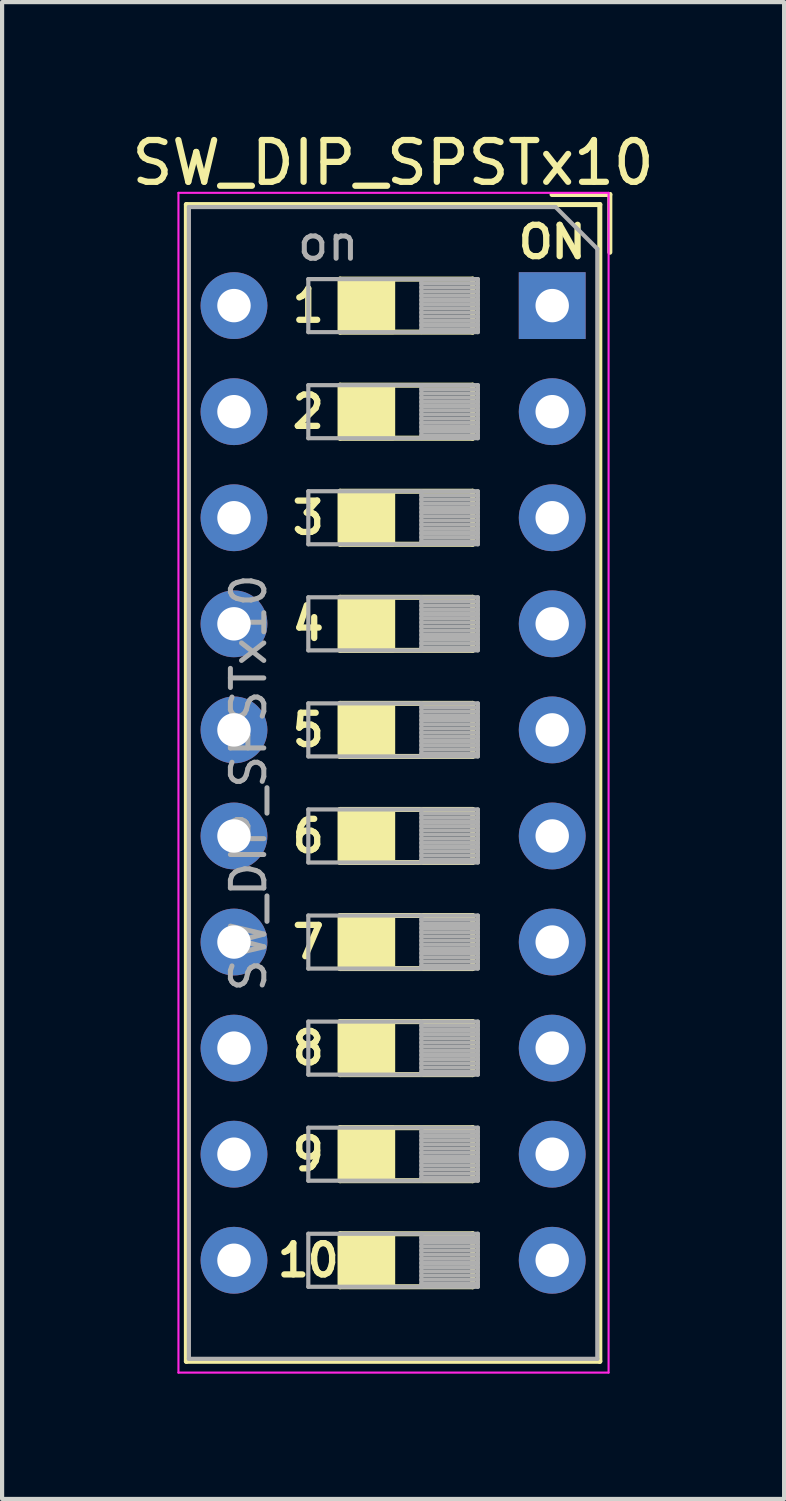
<source format=kicad_pcb>
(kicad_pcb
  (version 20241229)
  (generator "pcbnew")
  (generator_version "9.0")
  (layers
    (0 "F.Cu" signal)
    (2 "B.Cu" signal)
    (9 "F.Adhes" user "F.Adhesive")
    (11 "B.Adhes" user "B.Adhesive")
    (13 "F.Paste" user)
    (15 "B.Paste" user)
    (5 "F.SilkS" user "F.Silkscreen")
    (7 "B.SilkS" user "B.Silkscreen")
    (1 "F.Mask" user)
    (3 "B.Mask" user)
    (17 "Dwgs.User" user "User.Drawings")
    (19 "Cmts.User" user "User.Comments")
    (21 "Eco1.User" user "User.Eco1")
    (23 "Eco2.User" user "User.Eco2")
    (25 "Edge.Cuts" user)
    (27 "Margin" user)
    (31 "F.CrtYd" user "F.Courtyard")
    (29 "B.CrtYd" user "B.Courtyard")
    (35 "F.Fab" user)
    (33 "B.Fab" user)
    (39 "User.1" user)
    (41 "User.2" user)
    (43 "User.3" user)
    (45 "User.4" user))
  (footprint "SW_DIP_SPSTx10"
    (layer "F.Cu")
    (at 10.173 4.268)
    (property "Reference" "SW_DIP_SPSTx10" (at -3.81 -3.42 0) (layer "F.SilkS") (effects (font (size 1 1) (thickness 0.15))))
    (attr through_hole)
    (fp_line (start -8.76 -2.42) (end -8.76 25.28) (stroke (width 0.12) (type solid)) (layer "F.SilkS"))
    (fp_line (start -5.08 -0.635) (end -1.905 -0.635) (stroke (width 0.12) (type solid)) (layer "F.SilkS"))
    (fp_line (start -5.08 0.635) (end -5.08 -0.635) (stroke (width 0.12) (type solid)) (layer "F.SilkS"))
    (fp_line (start -5.08 1.905) (end -1.905 1.905) (stroke (width 0.12) (type solid)) (layer "F.SilkS"))
    (fp_line (start -5.08 3.175) (end -5.08 1.905) (stroke (width 0.12) (type solid)) (layer "F.SilkS"))
    (fp_line (start -5.08 4.445) (end -1.905 4.445) (stroke (width 0.12) (type solid)) (layer "F.SilkS"))
    (fp_line (start -5.08 5.715) (end -5.08 4.445) (stroke (width 0.12) (type solid)) (layer "F.SilkS"))
    (fp_line (start -5.08 6.985) (end -1.905 6.985) (stroke (width 0.12) (type solid)) (layer "F.SilkS"))
    (fp_line (start -5.08 8.255) (end -5.08 6.985) (stroke (width 0.12) (type solid)) (layer "F.SilkS"))
    (fp_line (start -5.08 9.525) (end -1.905 9.525) (stroke (width 0.12) (type solid)) (layer "F.SilkS"))
    (fp_line (start -5.08 10.795) (end -5.08 9.525) (stroke (width 0.12) (type solid)) (layer "F.SilkS"))
    (fp_line (start -5.08 12.065) (end -1.905 12.065) (stroke (width 0.12) (type solid)) (layer "F.SilkS"))
    (fp_line (start -5.08 13.335) (end -5.08 12.065) (stroke (width 0.12) (type solid)) (layer "F.SilkS"))
    (fp_line (start -5.08 14.605) (end -1.905 14.605) (stroke (width 0.12) (type solid)) (layer "F.SilkS"))
    (fp_line (start -5.08 15.875) (end -5.08 14.605) (stroke (width 0.12) (type solid)) (layer "F.SilkS"))
    (fp_line (start -5.08 17.145) (end -1.905 17.145) (stroke (width 0.12) (type solid)) (layer "F.SilkS"))
    (fp_line (start -5.08 18.415) (end -5.08 17.145) (stroke (width 0.12) (type solid)) (layer "F.SilkS"))
    (fp_line (start -5.08 19.685) (end -1.905 19.685) (stroke (width 0.12) (type solid)) (layer "F.SilkS"))
    (fp_line (start -5.08 20.955) (end -5.08 19.685) (stroke (width 0.12) (type solid)) (layer "F.SilkS"))
    (fp_line (start -5.08 22.225) (end -1.905 22.225) (stroke (width 0.12) (type solid)) (layer "F.SilkS"))
    (fp_line (start -5.08 23.495) (end -5.08 22.225) (stroke (width 0.12) (type solid)) (layer "F.SilkS"))
    (fp_line (start -1.905 -0.635) (end -1.905 0.635) (stroke (width 0.12) (type solid)) (layer "F.SilkS"))
    (fp_line (start -1.905 0.635) (end -5.08 0.635) (stroke (width 0.12) (type solid)) (layer "F.SilkS"))
    (fp_line (start -1.905 1.905) (end -1.905 3.175) (stroke (width 0.12) (type solid)) (layer "F.SilkS"))
    (fp_line (start -1.905 3.175) (end -5.08 3.175) (stroke (width 0.12) (type solid)) (layer "F.SilkS"))
    (fp_line (start -1.905 4.445) (end -1.905 5.715) (stroke (width 0.12) (type solid)) (layer "F.SilkS"))
    (fp_line (start -1.905 5.715) (end -5.08 5.715) (stroke (width 0.12) (type solid)) (layer "F.SilkS"))
    (fp_line (start -1.905 6.985) (end -1.905 8.255) (stroke (width 0.12) (type solid)) (layer "F.SilkS"))
    (fp_line (start -1.905 8.255) (end -5.08 8.255) (stroke (width 0.12) (type solid)) (layer "F.SilkS"))
    (fp_line (start -1.905 9.525) (end -1.905 10.795) (stroke (width 0.12) (type solid)) (layer "F.SilkS"))
    (fp_line (start -1.905 10.795) (end -5.08 10.795) (stroke (width 0.12) (type solid)) (layer "F.SilkS"))
    (fp_line (start -1.905 12.065) (end -1.905 13.335) (stroke (width 0.12) (type solid)) (layer "F.SilkS"))
    (fp_line (start -1.905 13.335) (end -5.08 13.335) (stroke (width 0.12) (type solid)) (layer "F.SilkS"))
    (fp_line (start -1.905 14.605) (end -1.905 15.875) (stroke (width 0.12) (type solid)) (layer "F.SilkS"))
    (fp_line (start -1.905 15.875) (end -5.08 15.875) (stroke (width 0.12) (type solid)) (layer "F.SilkS"))
    (fp_line (start -1.905 17.145) (end -1.905 18.415) (stroke (width 0.12) (type solid)) (layer "F.SilkS"))
    (fp_line (start -1.905 18.415) (end -5.08 18.415) (stroke (width 0.12) (type solid)) (layer "F.SilkS"))
    (fp_line (start -1.905 19.685) (end -1.905 20.955) (stroke (width 0.12) (type solid)) (layer "F.SilkS"))
    (fp_line (start -1.905 20.955) (end -5.08 20.955) (stroke (width 0.12) (type solid)) (layer "F.SilkS"))
    (fp_line (start -1.905 22.225) (end -1.905 23.495) (stroke (width 0.12) (type solid)) (layer "F.SilkS"))
    (fp_line (start -1.905 23.495) (end -5.08 23.495) (stroke (width 0.12) (type solid)) (layer "F.SilkS"))
    (fp_line (start 1.14 -2.42) (end -8.76 -2.42) (stroke (width 0.12) (type solid)) (layer "F.SilkS"))
    (fp_line (start 1.14 -2.42) (end 1.14 25.28) (stroke (width 0.12) (type solid)) (layer "F.SilkS"))
    (fp_line (start 1.14 25.28) (end -8.76 25.28) (stroke (width 0.12) (type solid)) (layer "F.SilkS"))
    (fp_line (start 1.38 -2.66) (end -0.004 -2.66) (stroke (width 0.12) (type solid)) (layer "F.SilkS"))
    (fp_line (start 1.38 -2.66) (end 1.38 -1.277) (stroke (width 0.12) (type solid)) (layer "F.SilkS"))
    (fp_poly (pts (xy -3.81 0.635) (xy -5.08 0.635) (xy -5.08 -0.635) (xy -3.81 -0.635)) (stroke (width 0.1) (type solid)) (fill yes) (layer "F.SilkS"))
    (fp_poly (pts (xy -3.81 3.175) (xy -5.08 3.175) (xy -5.08 1.905) (xy -3.81 1.905)) (stroke (width 0.1) (type solid)) (fill yes) (layer "F.SilkS"))
    (fp_poly (pts (xy -3.81 5.715) (xy -5.08 5.715) (xy -5.08 4.445) (xy -3.81 4.445)) (stroke (width 0.1) (type solid)) (fill yes) (layer "F.SilkS"))
    (fp_poly (pts (xy -3.81 8.255) (xy -5.08 8.255) (xy -5.08 6.985) (xy -3.81 6.985)) (stroke (width 0.1) (type solid)) (fill yes) (layer "F.SilkS"))
    (fp_poly (pts (xy -3.81 10.795) (xy -5.08 10.795) (xy -5.08 9.525) (xy -3.81 9.525)) (stroke (width 0.1) (type solid)) (fill yes) (layer "F.SilkS"))
    (fp_poly (pts (xy -3.81 13.335) (xy -5.08 13.335) (xy -5.08 12.065) (xy -3.81 12.065)) (stroke (width 0.1) (type solid)) (fill yes) (layer "F.SilkS"))
    (fp_poly (pts (xy -3.81 15.875) (xy -5.08 15.875) (xy -5.08 14.605) (xy -3.81 14.605)) (stroke (width 0.1) (type solid)) (fill yes) (layer "F.SilkS"))
    (fp_poly (pts (xy -3.81 18.415) (xy -5.08 18.415) (xy -5.08 17.145) (xy -3.81 17.145)) (stroke (width 0.1) (type solid)) (fill yes) (layer "F.SilkS"))
    (fp_poly (pts (xy -3.81 20.955) (xy -5.08 20.955) (xy -5.08 19.685) (xy -3.81 19.685)) (stroke (width 0.1) (type solid)) (fill yes) (layer "F.SilkS"))
    (fp_poly (pts (xy -3.81 23.495) (xy -5.08 23.495) (xy -5.08 22.225) (xy -3.81 22.225)) (stroke (width 0.1) (type solid)) (fill yes) (layer "F.SilkS"))
    (fp_line (start -8.95 -2.7) (end 1.35 -2.7) (stroke (width 0.05) (type solid)) (layer "F.CrtYd"))
    (fp_line (start -8.95 25.55) (end -8.95 -2.7) (stroke (width 0.05) (type solid)) (layer "F.CrtYd"))
    (fp_line (start 1.35 -2.7) (end 1.35 25.55) (stroke (width 0.05) (type solid)) (layer "F.CrtYd"))
    (fp_line (start 1.35 25.55) (end -8.95 25.55) (stroke (width 0.05) (type solid)) (layer "F.CrtYd"))
    (fp_line (start -8.7 -2.36) (end -8.7 25.22) (stroke (width 0.1) (type solid)) (layer "F.Fab"))
    (fp_line (start -8.7 25.22) (end 1.08 25.22) (stroke (width 0.1) (type solid)) (layer "F.Fab"))
    (fp_line (start -5.84 -0.635) (end -1.78 -0.635) (stroke (width 0.1) (type solid)) (layer "F.Fab"))
    (fp_line (start -5.84 0.635) (end -5.84 -0.635) (stroke (width 0.1) (type solid)) (layer "F.Fab"))
    (fp_line (start -5.84 1.905) (end -1.78 1.905) (stroke (width 0.1) (type solid)) (layer "F.Fab"))
    (fp_line (start -5.84 3.175) (end -5.84 1.905) (stroke (width 0.1) (type solid)) (layer "F.Fab"))
    (fp_line (start -5.84 4.445) (end -1.78 4.445) (stroke (width 0.1) (type solid)) (layer "F.Fab"))
    (fp_line (start -5.84 5.715) (end -5.84 4.445) (stroke (width 0.1) (type solid)) (layer "F.Fab"))
    (fp_line (start -5.84 6.985) (end -1.78 6.985) (stroke (width 0.1) (type solid)) (layer "F.Fab"))
    (fp_line (start -5.84 8.255) (end -5.84 6.985) (stroke (width 0.1) (type solid)) (layer "F.Fab"))
    (fp_line (start -5.84 9.525) (end -1.78 9.525) (stroke (width 0.1) (type solid)) (layer "F.Fab"))
    (fp_line (start -5.84 10.795) (end -5.84 9.525) (stroke (width 0.1) (type solid)) (layer "F.Fab"))
    (fp_line (start -5.84 12.065) (end -1.78 12.065) (stroke (width 0.1) (type solid)) (layer "F.Fab"))
    (fp_line (start -5.84 13.335) (end -5.84 12.065) (stroke (width 0.1) (type solid)) (layer "F.Fab"))
    (fp_line (start -5.84 14.605) (end -1.78 14.605) (stroke (width 0.1) (type solid)) (layer "F.Fab"))
    (fp_line (start -5.84 15.875) (end -5.84 14.605) (stroke (width 0.1) (type solid)) (layer "F.Fab"))
    (fp_line (start -5.84 17.145) (end -1.78 17.145) (stroke (width 0.1) (type solid)) (layer "F.Fab"))
    (fp_line (start -5.84 18.415) (end -5.84 17.145) (stroke (width 0.1) (type solid)) (layer "F.Fab"))
    (fp_line (start -5.84 19.685) (end -1.78 19.685) (stroke (width 0.1) (type solid)) (layer "F.Fab"))
    (fp_line (start -5.84 20.955) (end -5.84 19.685) (stroke (width 0.1) (type solid)) (layer "F.Fab"))
    (fp_line (start -5.84 22.225) (end -1.78 22.225) (stroke (width 0.1) (type solid)) (layer "F.Fab"))
    (fp_line (start -5.84 23.495) (end -5.84 22.225) (stroke (width 0.1) (type solid)) (layer "F.Fab"))
    (fp_line (start -3.133 -0.635) (end -3.133 0.635) (stroke (width 0.1) (type solid)) (layer "F.Fab"))
    (fp_line (start -3.133 1.905) (end -3.133 3.175) (stroke (width 0.1) (type solid)) (layer "F.Fab"))
    (fp_line (start -3.133 4.445) (end -3.133 5.715) (stroke (width 0.1) (type solid)) (layer "F.Fab"))
    (fp_line (start -3.133 6.985) (end -3.133 8.255) (stroke (width 0.1) (type solid)) (layer "F.Fab"))
    (fp_line (start -3.133 9.525) (end -3.133 10.795) (stroke (width 0.1) (type solid)) (layer "F.Fab"))
    (fp_line (start -3.133 12.065) (end -3.133 13.335) (stroke (width 0.1) (type solid)) (layer "F.Fab"))
    (fp_line (start -3.133 14.605) (end -3.133 15.875) (stroke (width 0.1) (type solid)) (layer "F.Fab"))
    (fp_line (start -3.133 17.145) (end -3.133 18.415) (stroke (width 0.1) (type solid)) (layer "F.Fab"))
    (fp_line (start -3.133 19.685) (end -3.133 20.955) (stroke (width 0.1) (type solid)) (layer "F.Fab"))
    (fp_line (start -3.133 22.225) (end -3.133 23.495) (stroke (width 0.1) (type solid)) (layer "F.Fab"))
    (fp_line (start -1.78 -0.635) (end -1.78 0.635) (stroke (width 0.1) (type solid)) (layer "F.Fab"))
    (fp_line (start -1.78 -0.535) (end -3.133 -0.535) (stroke (width 0.1) (type solid)) (layer "F.Fab"))
    (fp_line (start -1.78 -0.435) (end -3.133 -0.435) (stroke (width 0.1) (type solid)) (layer "F.Fab"))
    (fp_line (start -1.78 -0.335) (end -3.133 -0.335) (stroke (width 0.1) (type solid)) (layer "F.Fab"))
    (fp_line (start -1.78 -0.235) (end -3.133 -0.235) (stroke (width 0.1) (type solid)) (layer "F.Fab"))
    (fp_line (start -1.78 -0.135) (end -3.133 -0.135) (stroke (width 0.1) (type solid)) (layer "F.Fab"))
    (fp_line (start -1.78 -0.035) (end -3.133 -0.035) (stroke (width 0.1) (type solid)) (layer "F.Fab"))
    (fp_line (start -1.78 0.065) (end -3.133 0.065) (stroke (width 0.1) (type solid)) (layer "F.Fab"))
    (fp_line (start -1.78 0.165) (end -3.133 0.165) (stroke (width 0.1) (type solid)) (layer "F.Fab"))
    (fp_line (start -1.78 0.265) (end -3.133 0.265) (stroke (width 0.1) (type solid)) (layer "F.Fab"))
    (fp_line (start -1.78 0.365) (end -3.133 0.365) (stroke (width 0.1) (type solid)) (layer "F.Fab"))
    (fp_line (start -1.78 0.465) (end -3.133 0.465) (stroke (width 0.1) (type solid)) (layer "F.Fab"))
    (fp_line (start -1.78 0.565) (end -3.133 0.565) (stroke (width 0.1) (type solid)) (layer "F.Fab"))
    (fp_line (start -1.78 0.635) (end -5.84 0.635) (stroke (width 0.1) (type solid)) (layer "F.Fab"))
    (fp_line (start -1.78 1.905) (end -1.78 3.175) (stroke (width 0.1) (type solid)) (layer "F.Fab"))
    (fp_line (start -1.78 2.005) (end -3.133 2.005) (stroke (width 0.1) (type solid)) (layer "F.Fab"))
    (fp_line (start -1.78 2.105) (end -3.133 2.105) (stroke (width 0.1) (type solid)) (layer "F.Fab"))
    (fp_line (start -1.78 2.205) (end -3.133 2.205) (stroke (width 0.1) (type solid)) (layer "F.Fab"))
    (fp_line (start -1.78 2.305) (end -3.133 2.305) (stroke (width 0.1) (type solid)) (layer "F.Fab"))
    (fp_line (start -1.78 2.405) (end -3.133 2.405) (stroke (width 0.1) (type solid)) (layer "F.Fab"))
    (fp_line (start -1.78 2.505) (end -3.133 2.505) (stroke (width 0.1) (type solid)) (layer "F.Fab"))
    (fp_line (start -1.78 2.605) (end -3.133 2.605) (stroke (width 0.1) (type solid)) (layer "F.Fab"))
    (fp_line (start -1.78 2.705) (end -3.133 2.705) (stroke (width 0.1) (type solid)) (layer "F.Fab"))
    (fp_line (start -1.78 2.805) (end -3.133 2.805) (stroke (width 0.1) (type solid)) (layer "F.Fab"))
    (fp_line (start -1.78 2.905) (end -3.133 2.905) (stroke (width 0.1) (type solid)) (layer "F.Fab"))
    (fp_line (start -1.78 3.005) (end -3.133 3.005) (stroke (width 0.1) (type solid)) (layer "F.Fab"))
    (fp_line (start -1.78 3.105) (end -3.133 3.105) (stroke (width 0.1) (type solid)) (layer "F.Fab"))
    (fp_line (start -1.78 3.175) (end -5.84 3.175) (stroke (width 0.1) (type solid)) (layer "F.Fab"))
    (fp_line (start -1.78 4.445) (end -1.78 5.715) (stroke (width 0.1) (type solid)) (layer "F.Fab"))
    (fp_line (start -1.78 4.545) (end -3.133 4.545) (stroke (width 0.1) (type solid)) (layer "F.Fab"))
    (fp_line (start -1.78 4.645) (end -3.133 4.645) (stroke (width 0.1) (type solid)) (layer "F.Fab"))
    (fp_line (start -1.78 4.745) (end -3.133 4.745) (stroke (width 0.1) (type solid)) (layer "F.Fab"))
    (fp_line (start -1.78 4.845) (end -3.133 4.845) (stroke (width 0.1) (type solid)) (layer "F.Fab"))
    (fp_line (start -1.78 4.945) (end -3.133 4.945) (stroke (width 0.1) (type solid)) (layer "F.Fab"))
    (fp_line (start -1.78 5.045) (end -3.133 5.045) (stroke (width 0.1) (type solid)) (layer "F.Fab"))
    (fp_line (start -1.78 5.145) (end -3.133 5.145) (stroke (width 0.1) (type solid)) (layer "F.Fab"))
    (fp_line (start -1.78 5.245) (end -3.133 5.245) (stroke (width 0.1) (type solid)) (layer "F.Fab"))
    (fp_line (start -1.78 5.345) (end -3.133 5.345) (stroke (width 0.1) (type solid)) (layer "F.Fab"))
    (fp_line (start -1.78 5.445) (end -3.133 5.445) (stroke (width 0.1) (type solid)) (layer "F.Fab"))
    (fp_line (start -1.78 5.545) (end -3.133 5.545) (stroke (width 0.1) (type solid)) (layer "F.Fab"))
    (fp_line (start -1.78 5.645) (end -3.133 5.645) (stroke (width 0.1) (type solid)) (layer "F.Fab"))
    (fp_line (start -1.78 5.715) (end -5.84 5.715) (stroke (width 0.1) (type solid)) (layer "F.Fab"))
    (fp_line (start -1.78 6.985) (end -1.78 8.255) (stroke (width 0.1) (type solid)) (layer "F.Fab"))
    (fp_line (start -1.78 7.085) (end -3.133 7.085) (stroke (width 0.1) (type solid)) (layer "F.Fab"))
    (fp_line (start -1.78 7.185) (end -3.133 7.185) (stroke (width 0.1) (type solid)) (layer "F.Fab"))
    (fp_line (start -1.78 7.285) (end -3.133 7.285) (stroke (width 0.1) (type solid)) (layer "F.Fab"))
    (fp_line (start -1.78 7.385) (end -3.133 7.385) (stroke (width 0.1) (type solid)) (layer "F.Fab"))
    (fp_line (start -1.78 7.485) (end -3.133 7.485) (stroke (width 0.1) (type solid)) (layer "F.Fab"))
    (fp_line (start -1.78 7.585) (end -3.133 7.585) (stroke (width 0.1) (type solid)) (layer "F.Fab"))
    (fp_line (start -1.78 7.685) (end -3.133 7.685) (stroke (width 0.1) (type solid)) (layer "F.Fab"))
    (fp_line (start -1.78 7.785) (end -3.133 7.785) (stroke (width 0.1) (type solid)) (layer "F.Fab"))
    (fp_line (start -1.78 7.885) (end -3.133 7.885) (stroke (width 0.1) (type solid)) (layer "F.Fab"))
    (fp_line (start -1.78 7.985) (end -3.133 7.985) (stroke (width 0.1) (type solid)) (layer "F.Fab"))
    (fp_line (start -1.78 8.085) (end -3.133 8.085) (stroke (width 0.1) (type solid)) (layer "F.Fab"))
    (fp_line (start -1.78 8.185) (end -3.133 8.185) (stroke (width 0.1) (type solid)) (layer "F.Fab"))
    (fp_line (start -1.78 8.255) (end -5.84 8.255) (stroke (width 0.1) (type solid)) (layer "F.Fab"))
    (fp_line (start -1.78 9.525) (end -1.78 10.795) (stroke (width 0.1) (type solid)) (layer "F.Fab"))
    (fp_line (start -1.78 9.625) (end -3.133 9.625) (stroke (width 0.1) (type solid)) (layer "F.Fab"))
    (fp_line (start -1.78 9.725) (end -3.133 9.725) (stroke (width 0.1) (type solid)) (layer "F.Fab"))
    (fp_line (start -1.78 9.825) (end -3.133 9.825) (stroke (width 0.1) (type solid)) (layer "F.Fab"))
    (fp_line (start -1.78 9.925) (end -3.133 9.925) (stroke (width 0.1) (type solid)) (layer "F.Fab"))
    (fp_line (start -1.78 10.025) (end -3.133 10.025) (stroke (width 0.1) (type solid)) (layer "F.Fab"))
    (fp_line (start -1.78 10.125) (end -3.133 10.125) (stroke (width 0.1) (type solid)) (layer "F.Fab"))
    (fp_line (start -1.78 10.225) (end -3.133 10.225) (stroke (width 0.1) (type solid)) (layer "F.Fab"))
    (fp_line (start -1.78 10.325) (end -3.133 10.325) (stroke (width 0.1) (type solid)) (layer "F.Fab"))
    (fp_line (start -1.78 10.425) (end -3.133 10.425) (stroke (width 0.1) (type solid)) (layer "F.Fab"))
    (fp_line (start -1.78 10.525) (end -3.133 10.525) (stroke (width 0.1) (type solid)) (layer "F.Fab"))
    (fp_line (start -1.78 10.625) (end -3.133 10.625) (stroke (width 0.1) (type solid)) (layer "F.Fab"))
    (fp_line (start -1.78 10.725) (end -3.133 10.725) (stroke (width 0.1) (type solid)) (layer "F.Fab"))
    (fp_line (start -1.78 10.795) (end -5.84 10.795) (stroke (width 0.1) (type solid)) (layer "F.Fab"))
    (fp_line (start -1.78 12.065) (end -1.78 13.335) (stroke (width 0.1) (type solid)) (layer "F.Fab"))
    (fp_line (start -1.78 12.165) (end -3.133 12.165) (stroke (width 0.1) (type solid)) (layer "F.Fab"))
    (fp_line (start -1.78 12.265) (end -3.133 12.265) (stroke (width 0.1) (type solid)) (layer "F.Fab"))
    (fp_line (start -1.78 12.365) (end -3.133 12.365) (stroke (width 0.1) (type solid)) (layer "F.Fab"))
    (fp_line (start -1.78 12.465) (end -3.133 12.465) (stroke (width 0.1) (type solid)) (layer "F.Fab"))
    (fp_line (start -1.78 12.565) (end -3.133 12.565) (stroke (width 0.1) (type solid)) (layer "F.Fab"))
    (fp_line (start -1.78 12.665) (end -3.133 12.665) (stroke (width 0.1) (type solid)) (layer "F.Fab"))
    (fp_line (start -1.78 12.765) (end -3.133 12.765) (stroke (width 0.1) (type solid)) (layer "F.Fab"))
    (fp_line (start -1.78 12.865) (end -3.133 12.865) (stroke (width 0.1) (type solid)) (layer "F.Fab"))
    (fp_line (start -1.78 12.965) (end -3.133 12.965) (stroke (width 0.1) (type solid)) (layer "F.Fab"))
    (fp_line (start -1.78 13.065) (end -3.133 13.065) (stroke (width 0.1) (type solid)) (layer "F.Fab"))
    (fp_line (start -1.78 13.165) (end -3.133 13.165) (stroke (width 0.1) (type solid)) (layer "F.Fab"))
    (fp_line (start -1.78 13.265) (end -3.133 13.265) (stroke (width 0.1) (type solid)) (layer "F.Fab"))
    (fp_line (start -1.78 13.335) (end -5.84 13.335) (stroke (width 0.1) (type solid)) (layer "F.Fab"))
    (fp_line (start -1.78 14.605) (end -1.78 15.875) (stroke (width 0.1) (type solid)) (layer "F.Fab"))
    (fp_line (start -1.78 14.705) (end -3.133 14.705) (stroke (width 0.1) (type solid)) (layer "F.Fab"))
    (fp_line (start -1.78 14.805) (end -3.133 14.805) (stroke (width 0.1) (type solid)) (layer "F.Fab"))
    (fp_line (start -1.78 14.905) (end -3.133 14.905) (stroke (width 0.1) (type solid)) (layer "F.Fab"))
    (fp_line (start -1.78 15.005) (end -3.133 15.005) (stroke (width 0.1) (type solid)) (layer "F.Fab"))
    (fp_line (start -1.78 15.105) (end -3.133 15.105) (stroke (width 0.1) (type solid)) (layer "F.Fab"))
    (fp_line (start -1.78 15.205) (end -3.133 15.205) (stroke (width 0.1) (type solid)) (layer "F.Fab"))
    (fp_line (start -1.78 15.305) (end -3.133 15.305) (stroke (width 0.1) (type solid)) (layer "F.Fab"))
    (fp_line (start -1.78 15.405) (end -3.133 15.405) (stroke (width 0.1) (type solid)) (layer "F.Fab"))
    (fp_line (start -1.78 15.505) (end -3.133 15.505) (stroke (width 0.1) (type solid)) (layer "F.Fab"))
    (fp_line (start -1.78 15.605) (end -3.133 15.605) (stroke (width 0.1) (type solid)) (layer "F.Fab"))
    (fp_line (start -1.78 15.705) (end -3.133 15.705) (stroke (width 0.1) (type solid)) (layer "F.Fab"))
    (fp_line (start -1.78 15.805) (end -3.133 15.805) (stroke (width 0.1) (type solid)) (layer "F.Fab"))
    (fp_line (start -1.78 15.875) (end -5.84 15.875) (stroke (width 0.1) (type solid)) (layer "F.Fab"))
    (fp_line (start -1.78 17.145) (end -1.78 18.415) (stroke (width 0.1) (type solid)) (layer "F.Fab"))
    (fp_line (start -1.78 17.245) (end -3.133 17.245) (stroke (width 0.1) (type solid)) (layer "F.Fab"))
    (fp_line (start -1.78 17.345) (end -3.133 17.345) (stroke (width 0.1) (type solid)) (layer "F.Fab"))
    (fp_line (start -1.78 17.445) (end -3.133 17.445) (stroke (width 0.1) (type solid)) (layer "F.Fab"))
    (fp_line (start -1.78 17.545) (end -3.133 17.545) (stroke (width 0.1) (type solid)) (layer "F.Fab"))
    (fp_line (start -1.78 17.645) (end -3.133 17.645) (stroke (width 0.1) (type solid)) (layer "F.Fab"))
    (fp_line (start -1.78 17.745) (end -3.133 17.745) (stroke (width 0.1) (type solid)) (layer "F.Fab"))
    (fp_line (start -1.78 17.845) (end -3.133 17.845) (stroke (width 0.1) (type solid)) (layer "F.Fab"))
    (fp_line (start -1.78 17.945) (end -3.133 17.945) (stroke (width 0.1) (type solid)) (layer "F.Fab"))
    (fp_line (start -1.78 18.045) (end -3.133 18.045) (stroke (width 0.1) (type solid)) (layer "F.Fab"))
    (fp_line (start -1.78 18.145) (end -3.133 18.145) (stroke (width 0.1) (type solid)) (layer "F.Fab"))
    (fp_line (start -1.78 18.245) (end -3.133 18.245) (stroke (width 0.1) (type solid)) (layer "F.Fab"))
    (fp_line (start -1.78 18.345) (end -3.133 18.345) (stroke (width 0.1) (type solid)) (layer "F.Fab"))
    (fp_line (start -1.78 18.415) (end -5.84 18.415) (stroke (width 0.1) (type solid)) (layer "F.Fab"))
    (fp_line (start -1.78 19.685) (end -1.78 20.955) (stroke (width 0.1) (type solid)) (layer "F.Fab"))
    (fp_line (start -1.78 19.785) (end -3.133 19.785) (stroke (width 0.1) (type solid)) (layer "F.Fab"))
    (fp_line (start -1.78 19.885) (end -3.133 19.885) (stroke (width 0.1) (type solid)) (layer "F.Fab"))
    (fp_line (start -1.78 19.985) (end -3.133 19.985) (stroke (width 0.1) (type solid)) (layer "F.Fab"))
    (fp_line (start -1.78 20.085) (end -3.133 20.085) (stroke (width 0.1) (type solid)) (layer "F.Fab"))
    (fp_line (start -1.78 20.185) (end -3.133 20.185) (stroke (width 0.1) (type solid)) (layer "F.Fab"))
    (fp_line (start -1.78 20.285) (end -3.133 20.285) (stroke (width 0.1) (type solid)) (layer "F.Fab"))
    (fp_line (start -1.78 20.385) (end -3.133 20.385) (stroke (width 0.1) (type solid)) (layer "F.Fab"))
    (fp_line (start -1.78 20.485) (end -3.133 20.485) (stroke (width 0.1) (type solid)) (layer "F.Fab"))
    (fp_line (start -1.78 20.585) (end -3.133 20.585) (stroke (width 0.1) (type solid)) (layer "F.Fab"))
    (fp_line (start -1.78 20.685) (end -3.133 20.685) (stroke (width 0.1) (type solid)) (layer "F.Fab"))
    (fp_line (start -1.78 20.785) (end -3.133 20.785) (stroke (width 0.1) (type solid)) (layer "F.Fab"))
    (fp_line (start -1.78 20.885) (end -3.133 20.885) (stroke (width 0.1) (type solid)) (layer "F.Fab"))
    (fp_line (start -1.78 20.955) (end -5.84 20.955) (stroke (width 0.1) (type solid)) (layer "F.Fab"))
    (fp_line (start -1.78 22.225) (end -1.78 23.495) (stroke (width 0.1) (type solid)) (layer "F.Fab"))
    (fp_line (start -1.78 22.325) (end -3.133 22.325) (stroke (width 0.1) (type solid)) (layer "F.Fab"))
    (fp_line (start -1.78 22.425) (end -3.133 22.425) (stroke (width 0.1) (type solid)) (layer "F.Fab"))
    (fp_line (start -1.78 22.525) (end -3.133 22.525) (stroke (width 0.1) (type solid)) (layer "F.Fab"))
    (fp_line (start -1.78 22.625) (end -3.133 22.625) (stroke (width 0.1) (type solid)) (layer "F.Fab"))
    (fp_line (start -1.78 22.725) (end -3.133 22.725) (stroke (width 0.1) (type solid)) (layer "F.Fab"))
    (fp_line (start -1.78 22.825) (end -3.133 22.825) (stroke (width 0.1) (type solid)) (layer "F.Fab"))
    (fp_line (start -1.78 22.925) (end -3.133 22.925) (stroke (width 0.1) (type solid)) (layer "F.Fab"))
    (fp_line (start -1.78 23.025) (end -3.133 23.025) (stroke (width 0.1) (type solid)) (layer "F.Fab"))
    (fp_line (start -1.78 23.125) (end -3.133 23.125) (stroke (width 0.1) (type solid)) (layer "F.Fab"))
    (fp_line (start -1.78 23.225) (end -3.133 23.225) (stroke (width 0.1) (type solid)) (layer "F.Fab"))
    (fp_line (start -1.78 23.325) (end -3.133 23.325) (stroke (width 0.1) (type solid)) (layer "F.Fab"))
    (fp_line (start -1.78 23.425) (end -3.133 23.425) (stroke (width 0.1) (type solid)) (layer "F.Fab"))
    (fp_line (start -1.78 23.495) (end -5.84 23.495) (stroke (width 0.1) (type solid)) (layer "F.Fab"))
    (fp_line (start 0.08 -2.36) (end -8.7 -2.36) (stroke (width 0.1) (type solid)) (layer "F.Fab"))
    (fp_line (start 1.08 -1.36) (end 0.08 -2.36) (stroke (width 0.1) (type solid)) (layer "F.Fab"))
    (fp_line (start 1.08 25.22) (end 1.08 -1.36) (stroke (width 0.1) (type solid)) (layer "F.Fab"))
    (fp_text user "2" (at -5.842 2.54 0) (layer "F.SilkS") (effects (font (size 0.75 0.75) (thickness 0.15))))
    (fp_text user "3" (at -5.842 5.08 0) (layer "F.SilkS") (effects (font (size 0.75 0.75) (thickness 0.15))))
    (fp_text user "6" (at -5.842 12.7 0) (layer "F.SilkS") (effects (font (size 0.75 0.75) (thickness 0.15))))
    (fp_text user "ON" (at 0 -1.524 0) (layer "F.SilkS") (effects (font (size 0.75 0.75) (thickness 0.15))))
    (fp_text user "5" (at -5.842 10.16 0) (layer "F.SilkS") (effects (font (size 0.75 0.75) (thickness 0.15))))
    (fp_text user "8" (at -5.842 17.78 0) (layer "F.SilkS") (effects (font (size 0.75 0.75) (thickness 0.15))))
    (fp_text user "4" (at -5.842 7.62 0) (layer "F.SilkS") (effects (font (size 0.75 0.75) (thickness 0.15))))
    (fp_text user "7" (at -5.842 15.24 0) (layer "F.SilkS") (effects (font (size 0.75 0.75) (thickness 0.15))))
    (fp_text user "9" (at -5.842 20.32 0) (layer "F.SilkS") (effects (font (size 0.75 0.75) (thickness 0.15))))
    (fp_text user "1" (at -5.842 0 0) (layer "F.SilkS") (effects (font (size 0.75 0.75) (thickness 0.15))))
    (fp_text user "10" (at -5.842 22.86 0) (layer "F.SilkS") (effects (font (size 0.75 0.75) (thickness 0.15))))
    (fp_text user "${REFERENCE}" (at -7.27 11.43 90) (layer "F.Fab") (effects (font (size 0.8 0.8) (thickness 0.12))))
    (fp_text user "on" (at -5.365 -1.498 0) (layer "F.Fab") (effects (font (size 0.8 0.8) (thickness 0.12))))
    (pad "1" thru_hole rect (at 0 0) (size 1.6 1.6) (drill 0.8) (layers "*.Cu" "*.Mask"))
    (pad "2" thru_hole oval (at 0 2.54) (size 1.6 1.6) (drill 0.8) (layers "*.Cu" "*.Mask"))
    (pad "3" thru_hole oval (at 0 5.08) (size 1.6 1.6) (drill 0.8) (layers "*.Cu" "*.Mask"))
    (pad "4" thru_hole oval (at 0 7.62) (size 1.6 1.6) (drill 0.8) (layers "*.Cu" "*.Mask"))
    (pad "5" thru_hole oval (at 0 10.16) (size 1.6 1.6) (drill 0.8) (layers "*.Cu" "*.Mask"))
    (pad "6" thru_hole oval (at 0 12.7) (size 1.6 1.6) (drill 0.8) (layers "*.Cu" "*.Mask"))
    (pad "7" thru_hole oval (at 0 15.24) (size 1.6 1.6) (drill 0.8) (layers "*.Cu" "*.Mask"))
    (pad "8" thru_hole oval (at 0 17.78) (size 1.6 1.6) (drill 0.8) (layers "*.Cu" "*.Mask"))
    (pad "9" thru_hole oval (at 0 20.32) (size 1.6 1.6) (drill 0.8) (layers "*.Cu" "*.Mask"))
    (pad "10" thru_hole oval (at 0 22.86) (size 1.6 1.6) (drill 0.8) (layers "*.Cu" "*.Mask"))
    (pad "11" thru_hole oval (at -7.62 22.86) (size 1.6 1.6) (drill 0.8) (layers "*.Cu" "*.Mask"))
    (pad "12" thru_hole oval (at -7.62 20.32) (size 1.6 1.6) (drill 0.8) (layers "*.Cu" "*.Mask"))
    (pad "13" thru_hole oval (at -7.62 17.78) (size 1.6 1.6) (drill 0.8) (layers "*.Cu" "*.Mask"))
    (pad "14" thru_hole oval (at -7.62 15.24) (size 1.6 1.6) (drill 0.8) (layers "*.Cu" "*.Mask"))
    (pad "15" thru_hole oval (at -7.62 12.7) (size 1.6 1.6) (drill 0.8) (layers "*.Cu" "*.Mask"))
    (pad "16" thru_hole oval (at -7.62 10.16) (size 1.6 1.6) (drill 0.8) (layers "*.Cu" "*.Mask"))
    (pad "17" thru_hole oval (at -7.62 7.62) (size 1.6 1.6) (drill 0.8) (layers "*.Cu" "*.Mask"))
    (pad "18" thru_hole oval (at -7.62 5.08) (size 1.6 1.6) (drill 0.8) (layers "*.Cu" "*.Mask"))
    (pad "19" thru_hole oval (at -7.62 2.54) (size 1.6 1.6) (drill 0.8) (layers "*.Cu" "*.Mask"))
    (pad "20" thru_hole oval (at -7.62 0) (size 1.6 1.6) (drill 0.8) (layers "*.Cu" "*.Mask")))
  (gr_rect
    (start -3 -3)
    (end 15.726 32.843)
    (stroke (width 0.1) (type default))
    (fill no)
    (layer "Edge.Cuts")))
</source>
